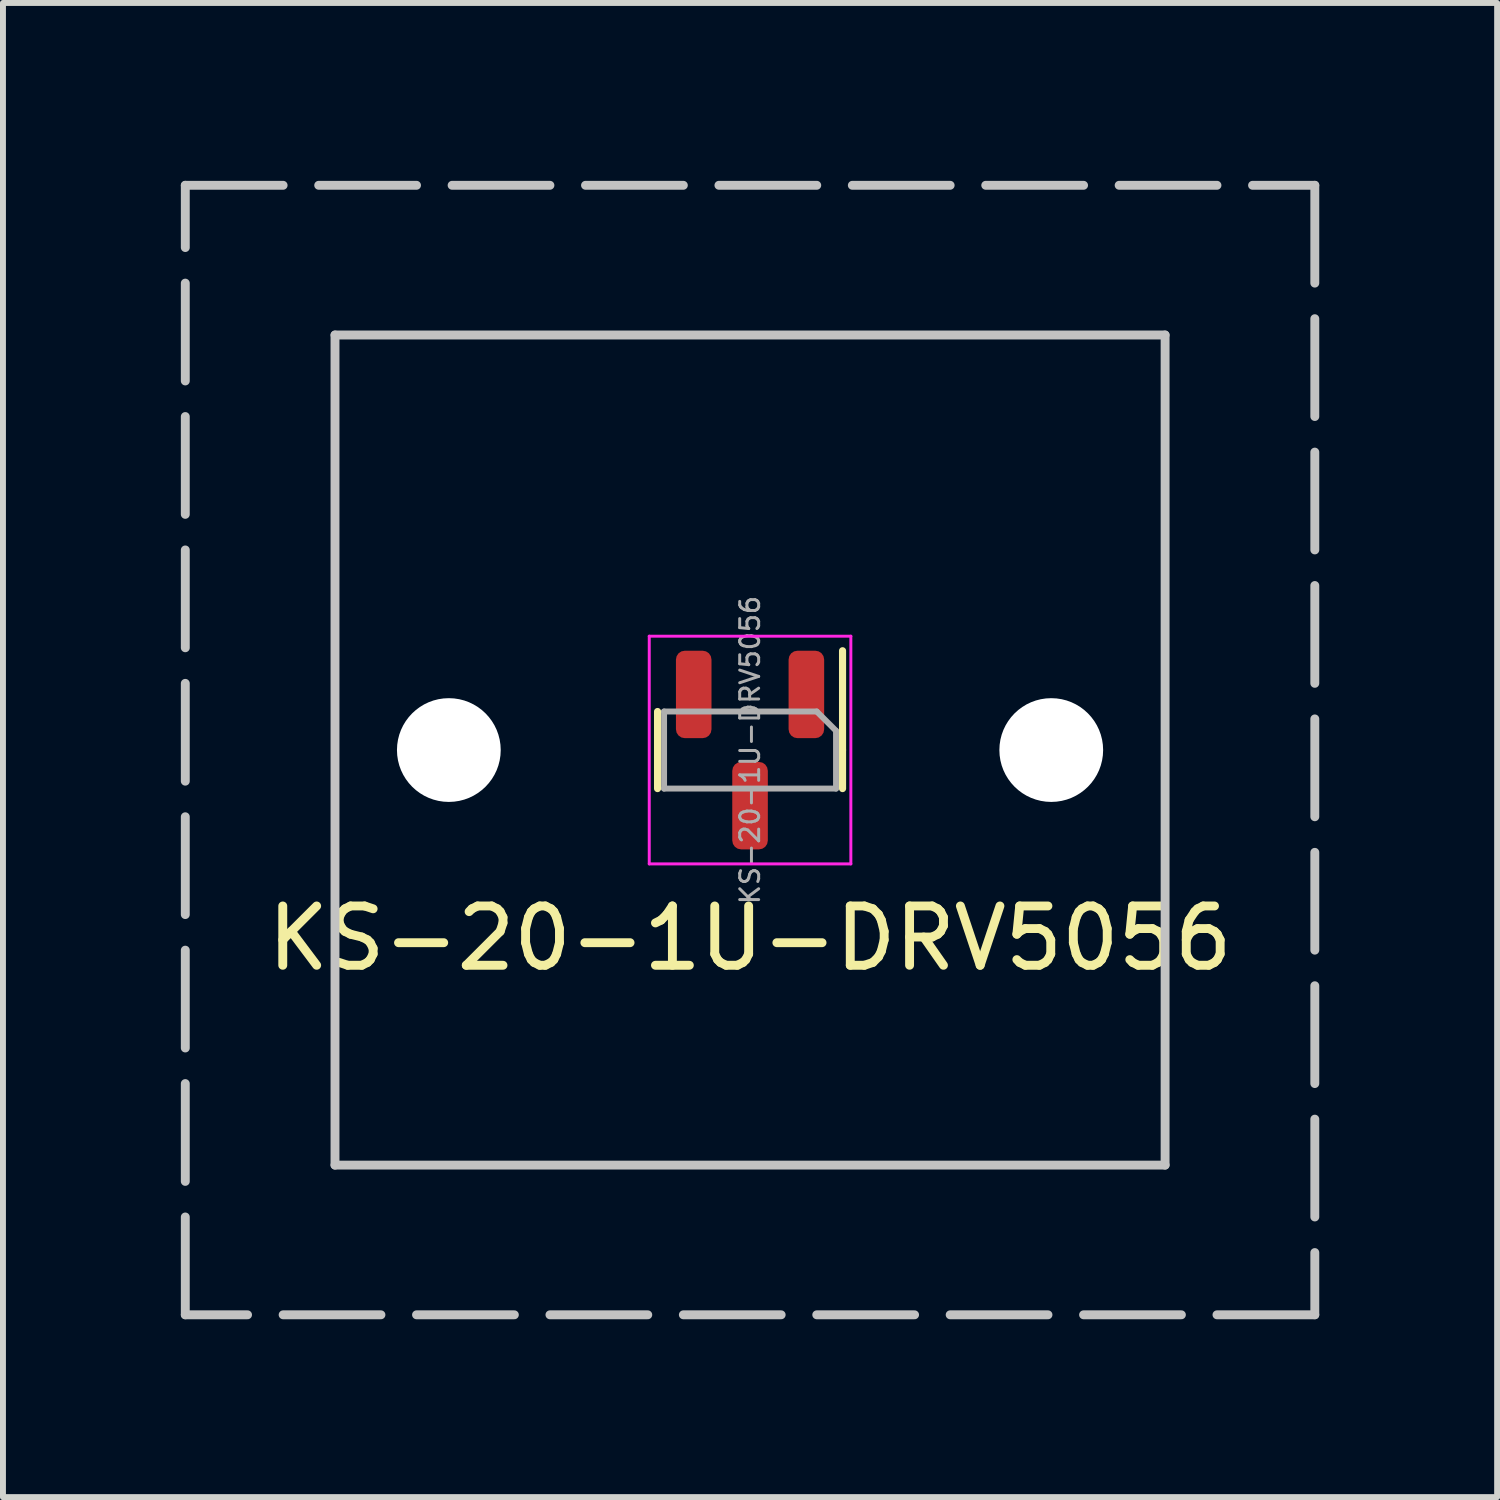
<source format=kicad_pcb>
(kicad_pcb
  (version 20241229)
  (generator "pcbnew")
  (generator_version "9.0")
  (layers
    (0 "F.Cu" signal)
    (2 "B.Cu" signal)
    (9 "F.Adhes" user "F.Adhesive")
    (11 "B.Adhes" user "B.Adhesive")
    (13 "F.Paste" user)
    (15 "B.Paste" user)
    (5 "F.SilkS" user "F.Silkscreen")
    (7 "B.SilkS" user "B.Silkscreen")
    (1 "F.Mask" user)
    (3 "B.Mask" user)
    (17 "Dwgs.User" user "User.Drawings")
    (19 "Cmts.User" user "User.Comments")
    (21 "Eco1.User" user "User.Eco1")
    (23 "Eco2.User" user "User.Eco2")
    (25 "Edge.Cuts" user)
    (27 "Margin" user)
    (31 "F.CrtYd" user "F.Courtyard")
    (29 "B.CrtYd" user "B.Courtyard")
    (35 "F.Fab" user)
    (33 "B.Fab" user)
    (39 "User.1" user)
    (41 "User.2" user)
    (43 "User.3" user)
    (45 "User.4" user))
  (footprint "KS-20-1U-DRV5056"
    (layer "F.Cu")
    (at 9.6 9.6)
    (property "Reference" "KS-20-1U-DRV5056" (at 0 3.175 0) (layer "F.SilkS") (effects (font (size 1 1) (thickness 0.15))))
    (attr through_hole)
    (fp_line (start -1.56 0) (end -1.56 -0.65) (stroke (width 0.12) (type solid)) (layer "F.SilkS"))
    (fp_line (start -1.56 0) (end -1.56 0.65) (stroke (width 0.12) (type solid)) (layer "F.SilkS"))
    (fp_line (start 1.56 0) (end 1.56 -1.675) (stroke (width 0.12) (type solid)) (layer "F.SilkS"))
    (fp_line (start 1.56 0) (end 1.56 0.65) (stroke (width 0.12) (type solid)) (layer "F.SilkS"))
    (fp_line (start -9.525 -9.525) (end 9.525 -9.525) (stroke (width 0.15) (type dash)) (layer "Dwgs.User"))
    (fp_line (start -9.525 9.525) (end -9.525 -9.525) (stroke (width 0.15) (type dash)) (layer "Dwgs.User"))
    (fp_line (start -7 -7) (end -7 7) (stroke (width 0.15) (type solid)) (layer "Dwgs.User"))
    (fp_line (start -7 -7) (end 7 -7) (stroke (width 0.15) (type solid)) (layer "Dwgs.User"))
    (fp_line (start 7 -7) (end 7 7) (stroke (width 0.15) (type solid)) (layer "Dwgs.User"))
    (fp_line (start 7 7) (end -7 7) (stroke (width 0.15) (type solid)) (layer "Dwgs.User"))
    (fp_line (start 9.525 -9.525) (end 9.525 9.525) (stroke (width 0.15) (type dash)) (layer "Dwgs.User"))
    (fp_line (start 9.525 9.525) (end -9.525 9.525) (stroke (width 0.15) (type dash)) (layer "Dwgs.User"))
    (fp_line (start -1.7 -1.92) (end -1.7 1.92) (stroke (width 0.05) (type solid)) (layer "F.CrtYd"))
    (fp_line (start -1.7 1.92) (end 1.7 1.92) (stroke (width 0.05) (type solid)) (layer "F.CrtYd"))
    (fp_line (start 1.7 -1.92) (end -1.7 -1.92) (stroke (width 0.05) (type solid)) (layer "F.CrtYd"))
    (fp_line (start 1.7 1.92) (end 1.7 -1.92) (stroke (width 0.05) (type solid)) (layer "F.CrtYd"))
    (fp_line (start -1.45 -0.65) (end 1.125 -0.65) (stroke (width 0.1) (type solid)) (layer "F.Fab"))
    (fp_line (start -1.45 0.65) (end -1.45 -0.65) (stroke (width 0.1) (type solid)) (layer "F.Fab"))
    (fp_line (start 1.125 -0.65) (end 1.45 -0.325) (stroke (width 0.1) (type solid)) (layer "F.Fab"))
    (fp_line (start 1.45 -0.325) (end 1.45 0.65) (stroke (width 0.1) (type solid)) (layer "F.Fab"))
    (fp_line (start 1.45 0.65) (end -1.45 0.65) (stroke (width 0.1) (type solid)) (layer "F.Fab"))
    (fp_text user "${REFERENCE}" (at 0 0 270) (layer "F.Fab") (effects (font (size 0.32 0.32) (thickness 0.05))))
    (pad "" np_thru_hole circle (at -5.08 0 48.1) (size 1.75 1.75) (drill 1.75) (layers "*.Cu" "*.Mask"))
    (pad "" np_thru_hole circle (at 5.08 0 48.1) (size 1.75 1.75) (drill 1.75) (layers "*.Cu" "*.Mask"))
    (pad "1" smd roundrect (at 0.95 -0.938 270) (size 1.475 0.6) (layers "F.Cu" "F.Mask" "F.Paste") (roundrect_rratio 0.25))
    (pad "2" smd roundrect (at -0.95 -0.938 270) (size 1.475 0.6) (layers "F.Cu" "F.Mask" "F.Paste") (roundrect_rratio 0.25))
    (pad "3" smd roundrect (at 0 0.938 270) (size 1.475 0.6) (layers "F.Cu" "F.Mask" "F.Paste") (roundrect_rratio 0.25))
    (zone (net_name "") (layers "F.Cu" "B.Cu") (hatch edge 0.5) (connect_pads) (min_thickness 0.25) (filled_areas_thickness no) (keepout (tracks allowed) (vias allowed) (pads allowed) (copperpour not_allowed) (footprints allowed)) (placement (enabled no)) (fill) (polygon (pts (xy 7.822 7.822) (xy 11.378 7.822) (xy 11.378 11.378) (xy 7.822 11.378)))))
  (gr_rect
    (start -3 -3)
    (end 22.2 22.2)
    (stroke (width 0.1) (type default))
    (fill no)
    (layer "Edge.Cuts")))
</source>
